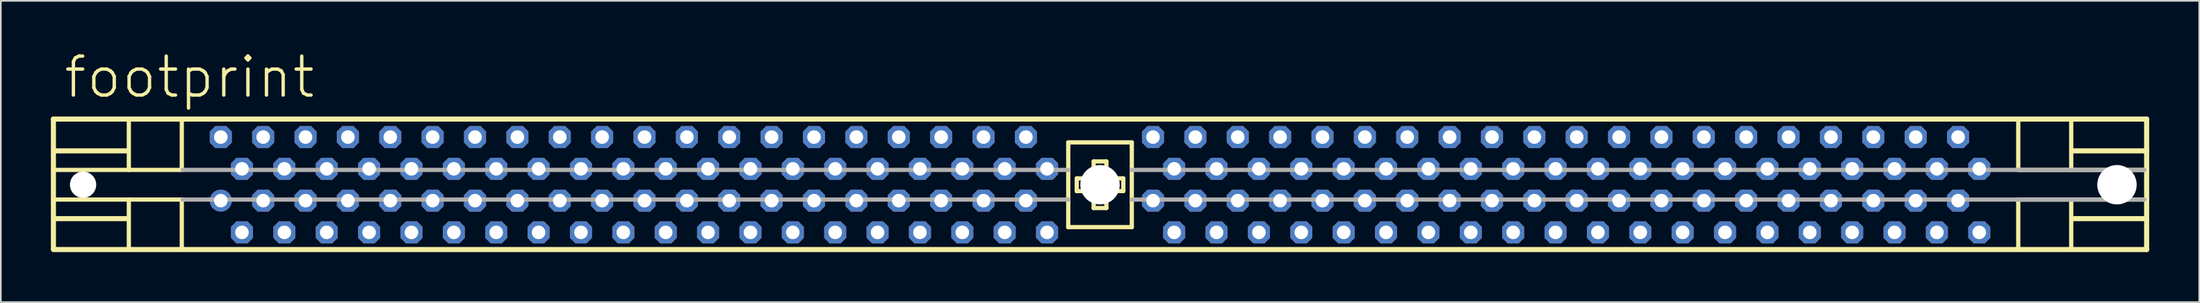
<source format=kicad_pcb>
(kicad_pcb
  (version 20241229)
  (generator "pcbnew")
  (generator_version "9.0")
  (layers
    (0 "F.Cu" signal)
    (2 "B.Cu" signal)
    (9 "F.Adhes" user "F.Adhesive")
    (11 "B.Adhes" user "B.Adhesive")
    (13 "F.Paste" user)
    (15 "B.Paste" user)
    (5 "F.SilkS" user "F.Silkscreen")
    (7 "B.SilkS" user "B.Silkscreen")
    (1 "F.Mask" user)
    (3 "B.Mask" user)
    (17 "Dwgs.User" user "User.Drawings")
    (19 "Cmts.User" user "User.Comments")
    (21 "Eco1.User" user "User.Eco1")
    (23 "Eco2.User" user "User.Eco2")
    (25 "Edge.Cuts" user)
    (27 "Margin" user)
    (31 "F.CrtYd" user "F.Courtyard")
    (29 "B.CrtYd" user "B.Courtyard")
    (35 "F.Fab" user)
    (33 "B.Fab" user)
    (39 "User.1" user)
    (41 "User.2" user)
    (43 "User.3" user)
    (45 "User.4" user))
  (footprint "footprint"
    (layer "F.Cu")
    (at 62.89 8.026)
    (property "Reference" "footprint" (at -62.23 -5.08 0) (layer "F.SilkS") (effects (font (size 2.337 2.337) (thickness 0.203)) (justify left bottom)))
    (fp_line (start -62.738 -3.937) (end -62.738 3.81) (stroke (width 0.305) (type solid)) (layer "F.SilkS"))
    (fp_line (start -62.738 -3.937) (end 62.738 -3.937) (stroke (width 0.305) (type solid)) (layer "F.SilkS"))
    (fp_line (start -62.738 -0.889) (end -55.118 -0.889) (stroke (width 0.254) (type solid)) (layer "F.SilkS"))
    (fp_line (start -62.738 0.889) (end -55.118 0.889) (stroke (width 0.254) (type solid)) (layer "F.SilkS"))
    (fp_line (start -62.611 -2.032) (end -58.293 -2.032) (stroke (width 0.305) (type solid)) (layer "F.SilkS"))
    (fp_line (start -62.611 2.032) (end -58.293 2.032) (stroke (width 0.305) (type solid)) (layer "F.SilkS"))
    (fp_line (start -58.217 -3.861) (end -58.217 -0.889) (stroke (width 0.254) (type solid)) (layer "F.SilkS"))
    (fp_line (start -58.217 0.889) (end -58.217 3.81) (stroke (width 0.254) (type solid)) (layer "F.SilkS"))
    (fp_line (start -55.042 -3.861) (end -55.042 -0.889) (stroke (width 0.254) (type solid)) (layer "F.SilkS"))
    (fp_line (start -55.042 0.889) (end -55.042 3.81) (stroke (width 0.254) (type solid)) (layer "F.SilkS"))
    (fp_line (start -1.905 -2.54) (end -1.905 2.54) (stroke (width 0.254) (type solid)) (layer "F.SilkS"))
    (fp_line (start -1.905 2.54) (end 1.905 2.54) (stroke (width 0.254) (type solid)) (layer "F.SilkS"))
    (fp_line (start -1.397 -0.381) (end -1.397 0.381) (stroke (width 0.254) (type solid)) (layer "F.SilkS"))
    (fp_line (start -1.397 0.381) (end -0.381 0.381) (stroke (width 0.254) (type solid)) (layer "F.SilkS"))
    (fp_line (start -0.381 -1.397) (end -0.381 -0.381) (stroke (width 0.254) (type solid)) (layer "F.SilkS"))
    (fp_line (start -0.381 -0.381) (end -1.397 -0.381) (stroke (width 0.254) (type solid)) (layer "F.SilkS"))
    (fp_line (start -0.381 0.381) (end -0.381 1.397) (stroke (width 0.254) (type solid)) (layer "F.SilkS"))
    (fp_line (start -0.381 1.397) (end 0.381 1.397) (stroke (width 0.254) (type solid)) (layer "F.SilkS"))
    (fp_line (start 0.381 -1.397) (end -0.381 -1.397) (stroke (width 0.254) (type solid)) (layer "F.SilkS"))
    (fp_line (start 0.381 -0.381) (end 0.381 -1.397) (stroke (width 0.254) (type solid)) (layer "F.SilkS"))
    (fp_line (start 0.381 0.381) (end 1.397 0.381) (stroke (width 0.254) (type solid)) (layer "F.SilkS"))
    (fp_line (start 0.381 1.397) (end 0.381 0.381) (stroke (width 0.254) (type solid)) (layer "F.SilkS"))
    (fp_line (start 1.397 -0.381) (end 0.381 -0.381) (stroke (width 0.254) (type solid)) (layer "F.SilkS"))
    (fp_line (start 1.397 0.381) (end 1.397 -0.381) (stroke (width 0.254) (type solid)) (layer "F.SilkS"))
    (fp_line (start 1.905 -2.54) (end -1.905 -2.54) (stroke (width 0.254) (type solid)) (layer "F.SilkS"))
    (fp_line (start 1.905 2.54) (end 1.905 -2.54) (stroke (width 0.254) (type solid)) (layer "F.SilkS"))
    (fp_line (start 55.042 -3.861) (end 55.042 -0.889) (stroke (width 0.254) (type solid)) (layer "F.SilkS"))
    (fp_line (start 55.042 0.889) (end 55.042 3.81) (stroke (width 0.254) (type solid)) (layer "F.SilkS"))
    (fp_line (start 58.217 -3.861) (end 58.217 -0.889) (stroke (width 0.254) (type solid)) (layer "F.SilkS"))
    (fp_line (start 58.217 0.889) (end 58.217 3.81) (stroke (width 0.254) (type solid)) (layer "F.SilkS"))
    (fp_line (start 62.738 -3.937) (end 62.738 -2.032) (stroke (width 0.305) (type solid)) (layer "F.SilkS"))
    (fp_line (start 62.738 -2.032) (end 58.293 -2.032) (stroke (width 0.305) (type solid)) (layer "F.SilkS"))
    (fp_line (start 62.738 -2.032) (end 62.738 -0.889) (stroke (width 0.305) (type solid)) (layer "F.SilkS"))
    (fp_line (start 62.738 -0.889) (end 55.118 -0.889) (stroke (width 0.254) (type solid)) (layer "F.SilkS"))
    (fp_line (start 62.738 -0.889) (end 62.738 0.889) (stroke (width 0.305) (type solid)) (layer "F.SilkS"))
    (fp_line (start 62.738 0.889) (end 55.118 0.889) (stroke (width 0.254) (type solid)) (layer "F.SilkS"))
    (fp_line (start 62.738 0.889) (end 62.738 2.032) (stroke (width 0.305) (type solid)) (layer "F.SilkS"))
    (fp_line (start 62.738 2.032) (end 58.293 2.032) (stroke (width 0.305) (type solid)) (layer "F.SilkS"))
    (fp_line (start 62.738 2.032) (end 62.738 3.886) (stroke (width 0.305) (type solid)) (layer "F.SilkS"))
    (fp_line (start 62.738 3.886) (end -62.738 3.886) (stroke (width 0.305) (type solid)) (layer "F.SilkS"))
    (fp_line (start -54.991 -0.889) (end -1.905 -0.889) (stroke (width 0.254) (type solid)) (layer "F.Fab"))
    (fp_line (start -54.991 0.889) (end -1.905 0.889) (stroke (width 0.254) (type solid)) (layer "F.Fab"))
    (fp_line (start 1.905 -0.889) (end 62.611 -0.889) (stroke (width 0.254) (type solid)) (layer "F.Fab"))
    (fp_line (start 1.905 0.889) (end 62.611 0.889) (stroke (width 0.254) (type solid)) (layer "F.Fab"))
    (pad "" np_thru_hole circle (at -60.96 0) (size 1.575 1.575) (drill 1.575) (layers "*.Cu" "*.Mask"))
    (pad "" np_thru_hole circle (at 0 0) (size 2.362 2.362) (drill 2.362) (layers "*.Cu" "*.Mask"))
    (pad "" np_thru_hole circle (at 60.96 0) (size 2.362 2.362) (drill 2.362) (layers "*.Cu" "*.Mask"))
    (pad "1" thru_hole circle (at -52.705 0.953) (size 1.321 1.321) (drill 0.813) (layers "*.Cu" "*.Mask"))
    (pad "2" thru_hole roundrect (at -51.435 2.857) (size 1.321 1.321) (drill 0.813) (layers "*.Cu" "*.Mask") (roundrect_rratio 0.25) (chamfer_ratio 0.25) (chamfer top_left top_right bottom_left bottom_right))
    (pad "3" thru_hole roundrect (at -50.165 0.953) (size 1.321 1.321) (drill 0.813) (layers "*.Cu" "*.Mask") (roundrect_rratio 0.25) (chamfer_ratio 0.25) (chamfer top_left top_right bottom_left bottom_right))
    (pad "4" thru_hole roundrect (at -48.895 2.857) (size 1.321 1.321) (drill 0.813) (layers "*.Cu" "*.Mask") (roundrect_rratio 0.25) (chamfer_ratio 0.25) (chamfer top_left top_right bottom_left bottom_right))
    (pad "5" thru_hole roundrect (at -47.625 0.953) (size 1.321 1.321) (drill 0.813) (layers "*.Cu" "*.Mask") (roundrect_rratio 0.25) (chamfer_ratio 0.25) (chamfer top_left top_right bottom_left bottom_right))
    (pad "6" thru_hole roundrect (at -46.355 2.857) (size 1.321 1.321) (drill 0.813) (layers "*.Cu" "*.Mask") (roundrect_rratio 0.25) (chamfer_ratio 0.25) (chamfer top_left top_right bottom_left bottom_right))
    (pad "7" thru_hole roundrect (at -45.085 0.953) (size 1.321 1.321) (drill 0.813) (layers "*.Cu" "*.Mask") (roundrect_rratio 0.25) (chamfer_ratio 0.25) (chamfer top_left top_right bottom_left bottom_right))
    (pad "8" thru_hole roundrect (at -43.815 2.857) (size 1.321 1.321) (drill 0.813) (layers "*.Cu" "*.Mask") (roundrect_rratio 0.25) (chamfer_ratio 0.25) (chamfer top_left top_right bottom_left bottom_right))
    (pad "9" thru_hole roundrect (at -42.545 0.953) (size 1.321 1.321) (drill 0.813) (layers "*.Cu" "*.Mask") (roundrect_rratio 0.25) (chamfer_ratio 0.25) (chamfer top_left top_right bottom_left bottom_right))
    (pad "10" thru_hole roundrect (at -41.275 2.857) (size 1.321 1.321) (drill 0.813) (layers "*.Cu" "*.Mask") (roundrect_rratio 0.25) (chamfer_ratio 0.25) (chamfer top_left top_right bottom_left bottom_right))
    (pad "11" thru_hole roundrect (at -40.005 0.953) (size 1.321 1.321) (drill 0.813) (layers "*.Cu" "*.Mask") (roundrect_rratio 0.25) (chamfer_ratio 0.25) (chamfer top_left top_right bottom_left bottom_right))
    (pad "12" thru_hole roundrect (at -38.735 2.857) (size 1.321 1.321) (drill 0.813) (layers "*.Cu" "*.Mask") (roundrect_rratio 0.25) (chamfer_ratio 0.25) (chamfer top_left top_right bottom_left bottom_right))
    (pad "13" thru_hole roundrect (at -37.465 0.953) (size 1.321 1.321) (drill 0.813) (layers "*.Cu" "*.Mask") (roundrect_rratio 0.25) (chamfer_ratio 0.25) (chamfer top_left top_right bottom_left bottom_right))
    (pad "14" thru_hole roundrect (at -36.195 2.857) (size 1.321 1.321) (drill 0.813) (layers "*.Cu" "*.Mask") (roundrect_rratio 0.25) (chamfer_ratio 0.25) (chamfer top_left top_right bottom_left bottom_right))
    (pad "15" thru_hole roundrect (at -34.925 0.953) (size 1.321 1.321) (drill 0.813) (layers "*.Cu" "*.Mask") (roundrect_rratio 0.25) (chamfer_ratio 0.25) (chamfer top_left top_right bottom_left bottom_right))
    (pad "16" thru_hole roundrect (at -33.655 2.857) (size 1.321 1.321) (drill 0.813) (layers "*.Cu" "*.Mask") (roundrect_rratio 0.25) (chamfer_ratio 0.25) (chamfer top_left top_right bottom_left bottom_right))
    (pad "17" thru_hole roundrect (at -32.385 0.953) (size 1.321 1.321) (drill 0.813) (layers "*.Cu" "*.Mask") (roundrect_rratio 0.25) (chamfer_ratio 0.25) (chamfer top_left top_right bottom_left bottom_right))
    (pad "18" thru_hole roundrect (at -31.115 2.857) (size 1.321 1.321) (drill 0.813) (layers "*.Cu" "*.Mask") (roundrect_rratio 0.25) (chamfer_ratio 0.25) (chamfer top_left top_right bottom_left bottom_right))
    (pad "19" thru_hole roundrect (at -29.845 0.953) (size 1.321 1.321) (drill 0.813) (layers "*.Cu" "*.Mask") (roundrect_rratio 0.25) (chamfer_ratio 0.25) (chamfer top_left top_right bottom_left bottom_right))
    (pad "20" thru_hole roundrect (at -28.575 2.857) (size 1.321 1.321) (drill 0.813) (layers "*.Cu" "*.Mask") (roundrect_rratio 0.25) (chamfer_ratio 0.25) (chamfer top_left top_right bottom_left bottom_right))
    (pad "21" thru_hole roundrect (at -27.305 0.953) (size 1.321 1.321) (drill 0.813) (layers "*.Cu" "*.Mask") (roundrect_rratio 0.25) (chamfer_ratio 0.25) (chamfer top_left top_right bottom_left bottom_right))
    (pad "22" thru_hole roundrect (at -26.035 2.857) (size 1.321 1.321) (drill 0.813) (layers "*.Cu" "*.Mask") (roundrect_rratio 0.25) (chamfer_ratio 0.25) (chamfer top_left top_right bottom_left bottom_right))
    (pad "23" thru_hole roundrect (at -24.765 0.953) (size 1.321 1.321) (drill 0.813) (layers "*.Cu" "*.Mask") (roundrect_rratio 0.25) (chamfer_ratio 0.25) (chamfer top_left top_right bottom_left bottom_right))
    (pad "24" thru_hole roundrect (at -23.495 2.857) (size 1.321 1.321) (drill 0.813) (layers "*.Cu" "*.Mask") (roundrect_rratio 0.25) (chamfer_ratio 0.25) (chamfer top_left top_right bottom_left bottom_right))
    (pad "25" thru_hole roundrect (at -22.225 0.953) (size 1.321 1.321) (drill 0.813) (layers "*.Cu" "*.Mask") (roundrect_rratio 0.25) (chamfer_ratio 0.25) (chamfer top_left top_right bottom_left bottom_right))
    (pad "26" thru_hole roundrect (at -20.955 2.857) (size 1.321 1.321) (drill 0.813) (layers "*.Cu" "*.Mask") (roundrect_rratio 0.25) (chamfer_ratio 0.25) (chamfer top_left top_right bottom_left bottom_right))
    (pad "27" thru_hole roundrect (at -19.685 0.953) (size 1.321 1.321) (drill 0.813) (layers "*.Cu" "*.Mask") (roundrect_rratio 0.25) (chamfer_ratio 0.25) (chamfer top_left top_right bottom_left bottom_right))
    (pad "28" thru_hole roundrect (at -18.415 2.857) (size 1.321 1.321) (drill 0.813) (layers "*.Cu" "*.Mask") (roundrect_rratio 0.25) (chamfer_ratio 0.25) (chamfer top_left top_right bottom_left bottom_right))
    (pad "29" thru_hole roundrect (at -17.145 0.953) (size 1.321 1.321) (drill 0.813) (layers "*.Cu" "*.Mask") (roundrect_rratio 0.25) (chamfer_ratio 0.25) (chamfer top_left top_right bottom_left bottom_right))
    (pad "30" thru_hole roundrect (at -15.875 2.857) (size 1.321 1.321) (drill 0.813) (layers "*.Cu" "*.Mask") (roundrect_rratio 0.25) (chamfer_ratio 0.25) (chamfer top_left top_right bottom_left bottom_right))
    (pad "31" thru_hole roundrect (at -14.605 0.953) (size 1.321 1.321) (drill 0.813) (layers "*.Cu" "*.Mask") (roundrect_rratio 0.25) (chamfer_ratio 0.25) (chamfer top_left top_right bottom_left bottom_right))
    (pad "32" thru_hole roundrect (at -13.335 2.857) (size 1.321 1.321) (drill 0.813) (layers "*.Cu" "*.Mask") (roundrect_rratio 0.25) (chamfer_ratio 0.25) (chamfer top_left top_right bottom_left bottom_right))
    (pad "33" thru_hole roundrect (at -12.065 0.953) (size 1.321 1.321) (drill 0.813) (layers "*.Cu" "*.Mask") (roundrect_rratio 0.25) (chamfer_ratio 0.25) (chamfer top_left top_right bottom_left bottom_right))
    (pad "34" thru_hole roundrect (at -10.795 2.857) (size 1.321 1.321) (drill 0.813) (layers "*.Cu" "*.Mask") (roundrect_rratio 0.25) (chamfer_ratio 0.25) (chamfer top_left top_right bottom_left bottom_right))
    (pad "35" thru_hole roundrect (at -9.525 0.953) (size 1.321 1.321) (drill 0.813) (layers "*.Cu" "*.Mask") (roundrect_rratio 0.25) (chamfer_ratio 0.25) (chamfer top_left top_right bottom_left bottom_right))
    (pad "36" thru_hole roundrect (at -8.255 2.857) (size 1.321 1.321) (drill 0.813) (layers "*.Cu" "*.Mask") (roundrect_rratio 0.25) (chamfer_ratio 0.25) (chamfer top_left top_right bottom_left bottom_right))
    (pad "37" thru_hole roundrect (at -6.985 0.953) (size 1.321 1.321) (drill 0.813) (layers "*.Cu" "*.Mask") (roundrect_rratio 0.25) (chamfer_ratio 0.25) (chamfer top_left top_right bottom_left bottom_right))
    (pad "38" thru_hole roundrect (at -5.715 2.857) (size 1.321 1.321) (drill 0.813) (layers "*.Cu" "*.Mask") (roundrect_rratio 0.25) (chamfer_ratio 0.25) (chamfer top_left top_right bottom_left bottom_right))
    (pad "39" thru_hole roundrect (at -4.445 0.953) (size 1.321 1.321) (drill 0.813) (layers "*.Cu" "*.Mask") (roundrect_rratio 0.25) (chamfer_ratio 0.25) (chamfer top_left top_right bottom_left bottom_right))
    (pad "40" thru_hole roundrect (at -3.175 2.857) (size 1.321 1.321) (drill 0.813) (layers "*.Cu" "*.Mask") (roundrect_rratio 0.25) (chamfer_ratio 0.25) (chamfer top_left top_right bottom_left bottom_right))
    (pad "41" thru_hole roundrect (at 3.175 0.953) (size 1.321 1.321) (drill 0.813) (layers "*.Cu" "*.Mask") (roundrect_rratio 0.25) (chamfer_ratio 0.25) (chamfer top_left top_right bottom_left bottom_right))
    (pad "42" thru_hole roundrect (at 4.445 2.857) (size 1.321 1.321) (drill 0.813) (layers "*.Cu" "*.Mask") (roundrect_rratio 0.25) (chamfer_ratio 0.25) (chamfer top_left top_right bottom_left bottom_right))
    (pad "43" thru_hole roundrect (at 5.715 0.953) (size 1.321 1.321) (drill 0.813) (layers "*.Cu" "*.Mask") (roundrect_rratio 0.25) (chamfer_ratio 0.25) (chamfer top_left top_right bottom_left bottom_right))
    (pad "44" thru_hole roundrect (at 6.985 2.857) (size 1.321 1.321) (drill 0.813) (layers "*.Cu" "*.Mask") (roundrect_rratio 0.25) (chamfer_ratio 0.25) (chamfer top_left top_right bottom_left bottom_right))
    (pad "45" thru_hole roundrect (at 8.255 0.953) (size 1.321 1.321) (drill 0.813) (layers "*.Cu" "*.Mask") (roundrect_rratio 0.25) (chamfer_ratio 0.25) (chamfer top_left top_right bottom_left bottom_right))
    (pad "46" thru_hole roundrect (at 9.525 2.857) (size 1.321 1.321) (drill 0.813) (layers "*.Cu" "*.Mask") (roundrect_rratio 0.25) (chamfer_ratio 0.25) (chamfer top_left top_right bottom_left bottom_right))
    (pad "47" thru_hole roundrect (at 10.795 0.953) (size 1.321 1.321) (drill 0.813) (layers "*.Cu" "*.Mask") (roundrect_rratio 0.25) (chamfer_ratio 0.25) (chamfer top_left top_right bottom_left bottom_right))
    (pad "48" thru_hole roundrect (at 12.065 2.857) (size 1.321 1.321) (drill 0.813) (layers "*.Cu" "*.Mask") (roundrect_rratio 0.25) (chamfer_ratio 0.25) (chamfer top_left top_right bottom_left bottom_right))
    (pad "49" thru_hole roundrect (at 13.335 0.953) (size 1.321 1.321) (drill 0.813) (layers "*.Cu" "*.Mask") (roundrect_rratio 0.25) (chamfer_ratio 0.25) (chamfer top_left top_right bottom_left bottom_right))
    (pad "50" thru_hole roundrect (at 14.605 2.857) (size 1.321 1.321) (drill 0.813) (layers "*.Cu" "*.Mask") (roundrect_rratio 0.25) (chamfer_ratio 0.25) (chamfer top_left top_right bottom_left bottom_right))
    (pad "51" thru_hole roundrect (at 15.875 0.953) (size 1.321 1.321) (drill 0.813) (layers "*.Cu" "*.Mask") (roundrect_rratio 0.25) (chamfer_ratio 0.25) (chamfer top_left top_right bottom_left bottom_right))
    (pad "52" thru_hole roundrect (at 17.145 2.857) (size 1.321 1.321) (drill 0.813) (layers "*.Cu" "*.Mask") (roundrect_rratio 0.25) (chamfer_ratio 0.25) (chamfer top_left top_right bottom_left bottom_right))
    (pad "53" thru_hole roundrect (at 18.415 0.953) (size 1.321 1.321) (drill 0.813) (layers "*.Cu" "*.Mask") (roundrect_rratio 0.25) (chamfer_ratio 0.25) (chamfer top_left top_right bottom_left bottom_right))
    (pad "54" thru_hole roundrect (at 19.685 2.857) (size 1.321 1.321) (drill 0.813) (layers "*.Cu" "*.Mask") (roundrect_rratio 0.25) (chamfer_ratio 0.25) (chamfer top_left top_right bottom_left bottom_right))
    (pad "55" thru_hole roundrect (at 20.955 0.953) (size 1.321 1.321) (drill 0.813) (layers "*.Cu" "*.Mask") (roundrect_rratio 0.25) (chamfer_ratio 0.25) (chamfer top_left top_right bottom_left bottom_right))
    (pad "56" thru_hole roundrect (at 22.225 2.857) (size 1.321 1.321) (drill 0.813) (layers "*.Cu" "*.Mask") (roundrect_rratio 0.25) (chamfer_ratio 0.25) (chamfer top_left top_right bottom_left bottom_right))
    (pad "57" thru_hole roundrect (at 23.495 0.953) (size 1.321 1.321) (drill 0.813) (layers "*.Cu" "*.Mask") (roundrect_rratio 0.25) (chamfer_ratio 0.25) (chamfer top_left top_right bottom_left bottom_right))
    (pad "58" thru_hole roundrect (at 24.765 2.857) (size 1.321 1.321) (drill 0.813) (layers "*.Cu" "*.Mask") (roundrect_rratio 0.25) (chamfer_ratio 0.25) (chamfer top_left top_right bottom_left bottom_right))
    (pad "59" thru_hole roundrect (at 26.035 0.953) (size 1.321 1.321) (drill 0.813) (layers "*.Cu" "*.Mask") (roundrect_rratio 0.25) (chamfer_ratio 0.25) (chamfer top_left top_right bottom_left bottom_right))
    (pad "60" thru_hole roundrect (at 27.305 2.857) (size 1.321 1.321) (drill 0.813) (layers "*.Cu" "*.Mask") (roundrect_rratio 0.25) (chamfer_ratio 0.25) (chamfer top_left top_right bottom_left bottom_right))
    (pad "61" thru_hole roundrect (at 28.575 0.953) (size 1.321 1.321) (drill 0.813) (layers "*.Cu" "*.Mask") (roundrect_rratio 0.25) (chamfer_ratio 0.25) (chamfer top_left top_right bottom_left bottom_right))
    (pad "62" thru_hole roundrect (at 29.845 2.857) (size 1.321 1.321) (drill 0.813) (layers "*.Cu" "*.Mask") (roundrect_rratio 0.25) (chamfer_ratio 0.25) (chamfer top_left top_right bottom_left bottom_right))
    (pad "63" thru_hole roundrect (at 31.115 0.953) (size 1.321 1.321) (drill 0.813) (layers "*.Cu" "*.Mask") (roundrect_rratio 0.25) (chamfer_ratio 0.25) (chamfer top_left top_right bottom_left bottom_right))
    (pad "64" thru_hole roundrect (at 32.385 2.857) (size 1.321 1.321) (drill 0.813) (layers "*.Cu" "*.Mask") (roundrect_rratio 0.25) (chamfer_ratio 0.25) (chamfer top_left top_right bottom_left bottom_right))
    (pad "65" thru_hole roundrect (at 33.655 0.953) (size 1.321 1.321) (drill 0.813) (layers "*.Cu" "*.Mask") (roundrect_rratio 0.25) (chamfer_ratio 0.25) (chamfer top_left top_right bottom_left bottom_right))
    (pad "66" thru_hole roundrect (at 34.925 2.857) (size 1.321 1.321) (drill 0.813) (layers "*.Cu" "*.Mask") (roundrect_rratio 0.25) (chamfer_ratio 0.25) (chamfer top_left top_right bottom_left bottom_right))
    (pad "67" thru_hole roundrect (at 36.195 0.953) (size 1.321 1.321) (drill 0.813) (layers "*.Cu" "*.Mask") (roundrect_rratio 0.25) (chamfer_ratio 0.25) (chamfer top_left top_right bottom_left bottom_right))
    (pad "68" thru_hole roundrect (at 37.465 2.857) (size 1.321 1.321) (drill 0.813) (layers "*.Cu" "*.Mask") (roundrect_rratio 0.25) (chamfer_ratio 0.25) (chamfer top_left top_right bottom_left bottom_right))
    (pad "69" thru_hole roundrect (at 38.735 0.953) (size 1.321 1.321) (drill 0.813) (layers "*.Cu" "*.Mask") (roundrect_rratio 0.25) (chamfer_ratio 0.25) (chamfer top_left top_right bottom_left bottom_right))
    (pad "70" thru_hole roundrect (at 40.005 2.857) (size 1.321 1.321) (drill 0.813) (layers "*.Cu" "*.Mask") (roundrect_rratio 0.25) (chamfer_ratio 0.25) (chamfer top_left top_right bottom_left bottom_right))
    (pad "71" thru_hole roundrect (at 41.275 0.953) (size 1.321 1.321) (drill 0.813) (layers "*.Cu" "*.Mask") (roundrect_rratio 0.25) (chamfer_ratio 0.25) (chamfer top_left top_right bottom_left bottom_right))
    (pad "72" thru_hole roundrect (at 42.545 2.857) (size 1.321 1.321) (drill 0.813) (layers "*.Cu" "*.Mask") (roundrect_rratio 0.25) (chamfer_ratio 0.25) (chamfer top_left top_right bottom_left bottom_right))
    (pad "73" thru_hole roundrect (at 43.815 0.953) (size 1.321 1.321) (drill 0.813) (layers "*.Cu" "*.Mask") (roundrect_rratio 0.25) (chamfer_ratio 0.25) (chamfer top_left top_right bottom_left bottom_right))
    (pad "74" thru_hole roundrect (at 45.085 2.857) (size 1.321 1.321) (drill 0.813) (layers "*.Cu" "*.Mask") (roundrect_rratio 0.25) (chamfer_ratio 0.25) (chamfer top_left top_right bottom_left bottom_right))
    (pad "75" thru_hole roundrect (at 46.355 0.953) (size 1.321 1.321) (drill 0.813) (layers "*.Cu" "*.Mask") (roundrect_rratio 0.25) (chamfer_ratio 0.25) (chamfer top_left top_right bottom_left bottom_right))
    (pad "76" thru_hole roundrect (at 47.625 2.857) (size 1.321 1.321) (drill 0.813) (layers "*.Cu" "*.Mask") (roundrect_rratio 0.25) (chamfer_ratio 0.25) (chamfer top_left top_right bottom_left bottom_right))
    (pad "77" thru_hole roundrect (at 48.895 0.953) (size 1.321 1.321) (drill 0.813) (layers "*.Cu" "*.Mask") (roundrect_rratio 0.25) (chamfer_ratio 0.25) (chamfer top_left top_right bottom_left bottom_right))
    (pad "78" thru_hole roundrect (at 50.165 2.857) (size 1.321 1.321) (drill 0.813) (layers "*.Cu" "*.Mask") (roundrect_rratio 0.25) (chamfer_ratio 0.25) (chamfer top_left top_right bottom_left bottom_right))
    (pad "79" thru_hole roundrect (at 51.435 0.953) (size 1.321 1.321) (drill 0.813) (layers "*.Cu" "*.Mask") (roundrect_rratio 0.25) (chamfer_ratio 0.25) (chamfer top_left top_right bottom_left bottom_right))
    (pad "80" thru_hole roundrect (at 52.705 2.857) (size 1.321 1.321) (drill 0.813) (layers "*.Cu" "*.Mask") (roundrect_rratio 0.25) (chamfer_ratio 0.25) (chamfer top_left top_right bottom_left bottom_right))
    (pad "81" thru_hole roundrect (at -52.705 -2.857) (size 1.321 1.321) (drill 0.813) (layers "*.Cu" "*.Mask") (roundrect_rratio 0.25) (chamfer_ratio 0.25) (chamfer top_left top_right bottom_left bottom_right))
    (pad "82" thru_hole roundrect (at -51.435 -0.953) (size 1.321 1.321) (drill 0.813) (layers "*.Cu" "*.Mask") (roundrect_rratio 0.25) (chamfer_ratio 0.25) (chamfer top_left top_right bottom_left bottom_right))
    (pad "83" thru_hole roundrect (at -50.165 -2.857) (size 1.321 1.321) (drill 0.813) (layers "*.Cu" "*.Mask") (roundrect_rratio 0.25) (chamfer_ratio 0.25) (chamfer top_left top_right bottom_left bottom_right))
    (pad "84" thru_hole roundrect (at -48.895 -0.953) (size 1.321 1.321) (drill 0.813) (layers "*.Cu" "*.Mask") (roundrect_rratio 0.25) (chamfer_ratio 0.25) (chamfer top_left top_right bottom_left bottom_right))
    (pad "85" thru_hole roundrect (at -47.625 -2.857) (size 1.321 1.321) (drill 0.813) (layers "*.Cu" "*.Mask") (roundrect_rratio 0.25) (chamfer_ratio 0.25) (chamfer top_left top_right bottom_left bottom_right))
    (pad "86" thru_hole roundrect (at -46.355 -0.953) (size 1.321 1.321) (drill 0.813) (layers "*.Cu" "*.Mask") (roundrect_rratio 0.25) (chamfer_ratio 0.25) (chamfer top_left top_right bottom_left bottom_right))
    (pad "87" thru_hole roundrect (at -45.085 -2.857) (size 1.321 1.321) (drill 0.813) (layers "*.Cu" "*.Mask") (roundrect_rratio 0.25) (chamfer_ratio 0.25) (chamfer top_left top_right bottom_left bottom_right))
    (pad "88" thru_hole roundrect (at -43.815 -0.953) (size 1.321 1.321) (drill 0.813) (layers "*.Cu" "*.Mask") (roundrect_rratio 0.25) (chamfer_ratio 0.25) (chamfer top_left top_right bottom_left bottom_right))
    (pad "89" thru_hole roundrect (at -42.545 -2.857) (size 1.321 1.321) (drill 0.813) (layers "*.Cu" "*.Mask") (roundrect_rratio 0.25) (chamfer_ratio 0.25) (chamfer top_left top_right bottom_left bottom_right))
    (pad "90" thru_hole roundrect (at -41.275 -0.953) (size 1.321 1.321) (drill 0.813) (layers "*.Cu" "*.Mask") (roundrect_rratio 0.25) (chamfer_ratio 0.25) (chamfer top_left top_right bottom_left bottom_right))
    (pad "91" thru_hole roundrect (at -40.005 -2.857) (size 1.321 1.321) (drill 0.813) (layers "*.Cu" "*.Mask") (roundrect_rratio 0.25) (chamfer_ratio 0.25) (chamfer top_left top_right bottom_left bottom_right))
    (pad "92" thru_hole roundrect (at -38.735 -0.953) (size 1.321 1.321) (drill 0.813) (layers "*.Cu" "*.Mask") (roundrect_rratio 0.25) (chamfer_ratio 0.25) (chamfer top_left top_right bottom_left bottom_right))
    (pad "93" thru_hole roundrect (at -37.465 -2.857) (size 1.321 1.321) (drill 0.813) (layers "*.Cu" "*.Mask") (roundrect_rratio 0.25) (chamfer_ratio 0.25) (chamfer top_left top_right bottom_left bottom_right))
    (pad "94" thru_hole roundrect (at -36.195 -0.953) (size 1.321 1.321) (drill 0.813) (layers "*.Cu" "*.Mask") (roundrect_rratio 0.25) (chamfer_ratio 0.25) (chamfer top_left top_right bottom_left bottom_right))
    (pad "95" thru_hole roundrect (at -34.925 -2.857) (size 1.321 1.321) (drill 0.813) (layers "*.Cu" "*.Mask") (roundrect_rratio 0.25) (chamfer_ratio 0.25) (chamfer top_left top_right bottom_left bottom_right))
    (pad "96" thru_hole roundrect (at -33.655 -0.953) (size 1.321 1.321) (drill 0.813) (layers "*.Cu" "*.Mask") (roundrect_rratio 0.25) (chamfer_ratio 0.25) (chamfer top_left top_right bottom_left bottom_right))
    (pad "97" thru_hole roundrect (at -32.385 -2.857) (size 1.321 1.321) (drill 0.813) (layers "*.Cu" "*.Mask") (roundrect_rratio 0.25) (chamfer_ratio 0.25) (chamfer top_left top_right bottom_left bottom_right))
    (pad "98" thru_hole roundrect (at -31.115 -0.953) (size 1.321 1.321) (drill 0.813) (layers "*.Cu" "*.Mask") (roundrect_rratio 0.25) (chamfer_ratio 0.25) (chamfer top_left top_right bottom_left bottom_right))
    (pad "99" thru_hole roundrect (at -29.845 -2.857) (size 1.321 1.321) (drill 0.813) (layers "*.Cu" "*.Mask") (roundrect_rratio 0.25) (chamfer_ratio 0.25) (chamfer top_left top_right bottom_left bottom_right))
    (pad "100" thru_hole roundrect (at -28.575 -0.953) (size 1.321 1.321) (drill 0.813) (layers "*.Cu" "*.Mask") (roundrect_rratio 0.25) (chamfer_ratio 0.25) (chamfer top_left top_right bottom_left bottom_right))
    (pad "101" thru_hole roundrect (at -27.305 -2.857) (size 1.321 1.321) (drill 0.813) (layers "*.Cu" "*.Mask") (roundrect_rratio 0.25) (chamfer_ratio 0.25) (chamfer top_left top_right bottom_left bottom_right))
    (pad "102" thru_hole roundrect (at -26.035 -0.953) (size 1.321 1.321) (drill 0.813) (layers "*.Cu" "*.Mask") (roundrect_rratio 0.25) (chamfer_ratio 0.25) (chamfer top_left top_right bottom_left bottom_right))
    (pad "103" thru_hole roundrect (at -24.765 -2.857) (size 1.321 1.321) (drill 0.813) (layers "*.Cu" "*.Mask") (roundrect_rratio 0.25) (chamfer_ratio 0.25) (chamfer top_left top_right bottom_left bottom_right))
    (pad "104" thru_hole roundrect (at -23.495 -0.953) (size 1.321 1.321) (drill 0.813) (layers "*.Cu" "*.Mask") (roundrect_rratio 0.25) (chamfer_ratio 0.25) (chamfer top_left top_right bottom_left bottom_right))
    (pad "105" thru_hole roundrect (at -22.225 -2.857) (size 1.321 1.321) (drill 0.813) (layers "*.Cu" "*.Mask") (roundrect_rratio 0.25) (chamfer_ratio 0.25) (chamfer top_left top_right bottom_left bottom_right))
    (pad "106" thru_hole roundrect (at -20.955 -0.953) (size 1.321 1.321) (drill 0.813) (layers "*.Cu" "*.Mask") (roundrect_rratio 0.25) (chamfer_ratio 0.25) (chamfer top_left top_right bottom_left bottom_right))
    (pad "107" thru_hole roundrect (at -19.685 -2.857) (size 1.321 1.321) (drill 0.813) (layers "*.Cu" "*.Mask") (roundrect_rratio 0.25) (chamfer_ratio 0.25) (chamfer top_left top_right bottom_left bottom_right))
    (pad "108" thru_hole roundrect (at -18.415 -0.953) (size 1.321 1.321) (drill 0.813) (layers "*.Cu" "*.Mask") (roundrect_rratio 0.25) (chamfer_ratio 0.25) (chamfer top_left top_right bottom_left bottom_right))
    (pad "109" thru_hole roundrect (at -17.145 -2.857) (size 1.321 1.321) (drill 0.813) (layers "*.Cu" "*.Mask") (roundrect_rratio 0.25) (chamfer_ratio 0.25) (chamfer top_left top_right bottom_left bottom_right))
    (pad "110" thru_hole roundrect (at -15.875 -0.953) (size 1.321 1.321) (drill 0.813) (layers "*.Cu" "*.Mask") (roundrect_rratio 0.25) (chamfer_ratio 0.25) (chamfer top_left top_right bottom_left bottom_right))
    (pad "111" thru_hole roundrect (at -14.605 -2.857) (size 1.321 1.321) (drill 0.813) (layers "*.Cu" "*.Mask") (roundrect_rratio 0.25) (chamfer_ratio 0.25) (chamfer top_left top_right bottom_left bottom_right))
    (pad "112" thru_hole roundrect (at -13.335 -0.953) (size 1.321 1.321) (drill 0.813) (layers "*.Cu" "*.Mask") (roundrect_rratio 0.25) (chamfer_ratio 0.25) (chamfer top_left top_right bottom_left bottom_right))
    (pad "113" thru_hole roundrect (at -12.065 -2.857) (size 1.321 1.321) (drill 0.813) (layers "*.Cu" "*.Mask") (roundrect_rratio 0.25) (chamfer_ratio 0.25) (chamfer top_left top_right bottom_left bottom_right))
    (pad "114" thru_hole roundrect (at -10.795 -0.953) (size 1.321 1.321) (drill 0.813) (layers "*.Cu" "*.Mask") (roundrect_rratio 0.25) (chamfer_ratio 0.25) (chamfer top_left top_right bottom_left bottom_right))
    (pad "115" thru_hole roundrect (at -9.525 -2.857) (size 1.321 1.321) (drill 0.813) (layers "*.Cu" "*.Mask") (roundrect_rratio 0.25) (chamfer_ratio 0.25) (chamfer top_left top_right bottom_left bottom_right))
    (pad "116" thru_hole roundrect (at -8.255 -0.953) (size 1.321 1.321) (drill 0.813) (layers "*.Cu" "*.Mask") (roundrect_rratio 0.25) (chamfer_ratio 0.25) (chamfer top_left top_right bottom_left bottom_right))
    (pad "117" thru_hole roundrect (at -6.985 -2.857) (size 1.321 1.321) (drill 0.813) (layers "*.Cu" "*.Mask") (roundrect_rratio 0.25) (chamfer_ratio 0.25) (chamfer top_left top_right bottom_left bottom_right))
    (pad "118" thru_hole roundrect (at -5.715 -0.953) (size 1.321 1.321) (drill 0.813) (layers "*.Cu" "*.Mask") (roundrect_rratio 0.25) (chamfer_ratio 0.25) (chamfer top_left top_right bottom_left bottom_right))
    (pad "119" thru_hole roundrect (at -4.445 -2.857) (size 1.321 1.321) (drill 0.813) (layers "*.Cu" "*.Mask") (roundrect_rratio 0.25) (chamfer_ratio 0.25) (chamfer top_left top_right bottom_left bottom_right))
    (pad "120" thru_hole roundrect (at -3.175 -0.953) (size 1.321 1.321) (drill 0.813) (layers "*.Cu" "*.Mask") (roundrect_rratio 0.25) (chamfer_ratio 0.25) (chamfer top_left top_right bottom_left bottom_right))
    (pad "121" thru_hole roundrect (at 3.175 -2.857) (size 1.321 1.321) (drill 0.813) (layers "*.Cu" "*.Mask") (roundrect_rratio 0.25) (chamfer_ratio 0.25) (chamfer top_left top_right bottom_left bottom_right))
    (pad "122" thru_hole roundrect (at 4.445 -0.953) (size 1.321 1.321) (drill 0.813) (layers "*.Cu" "*.Mask") (roundrect_rratio 0.25) (chamfer_ratio 0.25) (chamfer top_left top_right bottom_left bottom_right))
    (pad "123" thru_hole roundrect (at 5.715 -2.857) (size 1.321 1.321) (drill 0.813) (layers "*.Cu" "*.Mask") (roundrect_rratio 0.25) (chamfer_ratio 0.25) (chamfer top_left top_right bottom_left bottom_right))
    (pad "124" thru_hole roundrect (at 6.985 -0.953) (size 1.321 1.321) (drill 0.813) (layers "*.Cu" "*.Mask") (roundrect_rratio 0.25) (chamfer_ratio 0.25) (chamfer top_left top_right bottom_left bottom_right))
    (pad "125" thru_hole roundrect (at 8.255 -2.857) (size 1.321 1.321) (drill 0.813) (layers "*.Cu" "*.Mask") (roundrect_rratio 0.25) (chamfer_ratio 0.25) (chamfer top_left top_right bottom_left bottom_right))
    (pad "126" thru_hole roundrect (at 9.525 -0.953) (size 1.321 1.321) (drill 0.813) (layers "*.Cu" "*.Mask") (roundrect_rratio 0.25) (chamfer_ratio 0.25) (chamfer top_left top_right bottom_left bottom_right))
    (pad "127" thru_hole roundrect (at 10.795 -2.857) (size 1.321 1.321) (drill 0.813) (layers "*.Cu" "*.Mask") (roundrect_rratio 0.25) (chamfer_ratio 0.25) (chamfer top_left top_right bottom_left bottom_right))
    (pad "128" thru_hole roundrect (at 12.065 -0.953) (size 1.321 1.321) (drill 0.813) (layers "*.Cu" "*.Mask") (roundrect_rratio 0.25) (chamfer_ratio 0.25) (chamfer top_left top_right bottom_left bottom_right))
    (pad "129" thru_hole roundrect (at 13.335 -2.857) (size 1.321 1.321) (drill 0.813) (layers "*.Cu" "*.Mask") (roundrect_rratio 0.25) (chamfer_ratio 0.25) (chamfer top_left top_right bottom_left bottom_right))
    (pad "130" thru_hole roundrect (at 14.605 -0.953) (size 1.321 1.321) (drill 0.813) (layers "*.Cu" "*.Mask") (roundrect_rratio 0.25) (chamfer_ratio 0.25) (chamfer top_left top_right bottom_left bottom_right))
    (pad "131" thru_hole roundrect (at 15.875 -2.857) (size 1.321 1.321) (drill 0.813) (layers "*.Cu" "*.Mask") (roundrect_rratio 0.25) (chamfer_ratio 0.25) (chamfer top_left top_right bottom_left bottom_right))
    (pad "132" thru_hole roundrect (at 17.145 -0.953) (size 1.321 1.321) (drill 0.813) (layers "*.Cu" "*.Mask") (roundrect_rratio 0.25) (chamfer_ratio 0.25) (chamfer top_left top_right bottom_left bottom_right))
    (pad "133" thru_hole roundrect (at 18.415 -2.857) (size 1.321 1.321) (drill 0.813) (layers "*.Cu" "*.Mask") (roundrect_rratio 0.25) (chamfer_ratio 0.25) (chamfer top_left top_right bottom_left bottom_right))
    (pad "134" thru_hole roundrect (at 19.685 -0.953) (size 1.321 1.321) (drill 0.813) (layers "*.Cu" "*.Mask") (roundrect_rratio 0.25) (chamfer_ratio 0.25) (chamfer top_left top_right bottom_left bottom_right))
    (pad "135" thru_hole roundrect (at 20.955 -2.857) (size 1.321 1.321) (drill 0.813) (layers "*.Cu" "*.Mask") (roundrect_rratio 0.25) (chamfer_ratio 0.25) (chamfer top_left top_right bottom_left bottom_right))
    (pad "136" thru_hole roundrect (at 22.225 -0.953) (size 1.321 1.321) (drill 0.813) (layers "*.Cu" "*.Mask") (roundrect_rratio 0.25) (chamfer_ratio 0.25) (chamfer top_left top_right bottom_left bottom_right))
    (pad "137" thru_hole roundrect (at 23.495 -2.857) (size 1.321 1.321) (drill 0.813) (layers "*.Cu" "*.Mask") (roundrect_rratio 0.25) (chamfer_ratio 0.25) (chamfer top_left top_right bottom_left bottom_right))
    (pad "138" thru_hole roundrect (at 24.765 -0.953) (size 1.321 1.321) (drill 0.813) (layers "*.Cu" "*.Mask") (roundrect_rratio 0.25) (chamfer_ratio 0.25) (chamfer top_left top_right bottom_left bottom_right))
    (pad "139" thru_hole roundrect (at 26.035 -2.857) (size 1.321 1.321) (drill 0.813) (layers "*.Cu" "*.Mask") (roundrect_rratio 0.25) (chamfer_ratio 0.25) (chamfer top_left top_right bottom_left bottom_right))
    (pad "140" thru_hole roundrect (at 27.305 -0.953) (size 1.321 1.321) (drill 0.813) (layers "*.Cu" "*.Mask") (roundrect_rratio 0.25) (chamfer_ratio 0.25) (chamfer top_left top_right bottom_left bottom_right))
    (pad "141" thru_hole roundrect (at 28.575 -2.857) (size 1.321 1.321) (drill 0.813) (layers "*.Cu" "*.Mask") (roundrect_rratio 0.25) (chamfer_ratio 0.25) (chamfer top_left top_right bottom_left bottom_right))
    (pad "142" thru_hole roundrect (at 29.845 -0.953) (size 1.321 1.321) (drill 0.813) (layers "*.Cu" "*.Mask") (roundrect_rratio 0.25) (chamfer_ratio 0.25) (chamfer top_left top_right bottom_left bottom_right))
    (pad "143" thru_hole roundrect (at 31.115 -2.857) (size 1.321 1.321) (drill 0.813) (layers "*.Cu" "*.Mask") (roundrect_rratio 0.25) (chamfer_ratio 0.25) (chamfer top_left top_right bottom_left bottom_right))
    (pad "144" thru_hole roundrect (at 32.385 -0.953) (size 1.321 1.321) (drill 0.813) (layers "*.Cu" "*.Mask") (roundrect_rratio 0.25) (chamfer_ratio 0.25) (chamfer top_left top_right bottom_left bottom_right))
    (pad "145" thru_hole roundrect (at 33.655 -2.857) (size 1.321 1.321) (drill 0.813) (layers "*.Cu" "*.Mask") (roundrect_rratio 0.25) (chamfer_ratio 0.25) (chamfer top_left top_right bottom_left bottom_right))
    (pad "146" thru_hole roundrect (at 34.925 -0.953) (size 1.321 1.321) (drill 0.813) (layers "*.Cu" "*.Mask") (roundrect_rratio 0.25) (chamfer_ratio 0.25) (chamfer top_left top_right bottom_left bottom_right))
    (pad "147" thru_hole roundrect (at 36.195 -2.857) (size 1.321 1.321) (drill 0.813) (layers "*.Cu" "*.Mask") (roundrect_rratio 0.25) (chamfer_ratio 0.25) (chamfer top_left top_right bottom_left bottom_right))
    (pad "148" thru_hole roundrect (at 37.465 -0.953) (size 1.321 1.321) (drill 0.813) (layers "*.Cu" "*.Mask") (roundrect_rratio 0.25) (chamfer_ratio 0.25) (chamfer top_left top_right bottom_left bottom_right))
    (pad "149" thru_hole roundrect (at 38.735 -2.857) (size 1.321 1.321) (drill 0.813) (layers "*.Cu" "*.Mask") (roundrect_rratio 0.25) (chamfer_ratio 0.25) (chamfer top_left top_right bottom_left bottom_right))
    (pad "150" thru_hole roundrect (at 40.005 -0.953) (size 1.321 1.321) (drill 0.813) (layers "*.Cu" "*.Mask") (roundrect_rratio 0.25) (chamfer_ratio 0.25) (chamfer top_left top_right bottom_left bottom_right))
    (pad "151" thru_hole roundrect (at 41.275 -2.857) (size 1.321 1.321) (drill 0.813) (layers "*.Cu" "*.Mask") (roundrect_rratio 0.25) (chamfer_ratio 0.25) (chamfer top_left top_right bottom_left bottom_right))
    (pad "152" thru_hole roundrect (at 42.545 -0.953) (size 1.321 1.321) (drill 0.813) (layers "*.Cu" "*.Mask") (roundrect_rratio 0.25) (chamfer_ratio 0.25) (chamfer top_left top_right bottom_left bottom_right))
    (pad "153" thru_hole roundrect (at 43.815 -2.857) (size 1.321 1.321) (drill 0.813) (layers "*.Cu" "*.Mask") (roundrect_rratio 0.25) (chamfer_ratio 0.25) (chamfer top_left top_right bottom_left bottom_right))
    (pad "154" thru_hole roundrect (at 45.085 -0.953) (size 1.321 1.321) (drill 0.813) (layers "*.Cu" "*.Mask") (roundrect_rratio 0.25) (chamfer_ratio 0.25) (chamfer top_left top_right bottom_left bottom_right))
    (pad "155" thru_hole roundrect (at 46.355 -2.857) (size 1.321 1.321) (drill 0.813) (layers "*.Cu" "*.Mask") (roundrect_rratio 0.25) (chamfer_ratio 0.25) (chamfer top_left top_right bottom_left bottom_right))
    (pad "156" thru_hole roundrect (at 47.625 -0.953) (size 1.321 1.321) (drill 0.813) (layers "*.Cu" "*.Mask") (roundrect_rratio 0.25) (chamfer_ratio 0.25) (chamfer top_left top_right bottom_left bottom_right))
    (pad "157" thru_hole roundrect (at 48.895 -2.857) (size 1.321 1.321) (drill 0.813) (layers "*.Cu" "*.Mask") (roundrect_rratio 0.25) (chamfer_ratio 0.25) (chamfer top_left top_right bottom_left bottom_right))
    (pad "158" thru_hole roundrect (at 50.165 -0.953) (size 1.321 1.321) (drill 0.813) (layers "*.Cu" "*.Mask") (roundrect_rratio 0.25) (chamfer_ratio 0.25) (chamfer top_left top_right bottom_left bottom_right))
    (pad "159" thru_hole roundrect (at 51.435 -2.857) (size 1.321 1.321) (drill 0.813) (layers "*.Cu" "*.Mask") (roundrect_rratio 0.25) (chamfer_ratio 0.25) (chamfer top_left top_right bottom_left bottom_right))
    (pad "160" thru_hole roundrect (at 52.705 -0.953) (size 1.321 1.321) (drill 0.813) (layers "*.Cu" "*.Mask") (roundrect_rratio 0.25) (chamfer_ratio 0.25) (chamfer top_left top_right bottom_left bottom_right)))
  (gr_rect
    (start -3 -3)
    (end 128.781 15.065)
    (stroke (width 0.1) (type default))
    (fill no)
    (layer "Edge.Cuts")))
</source>
